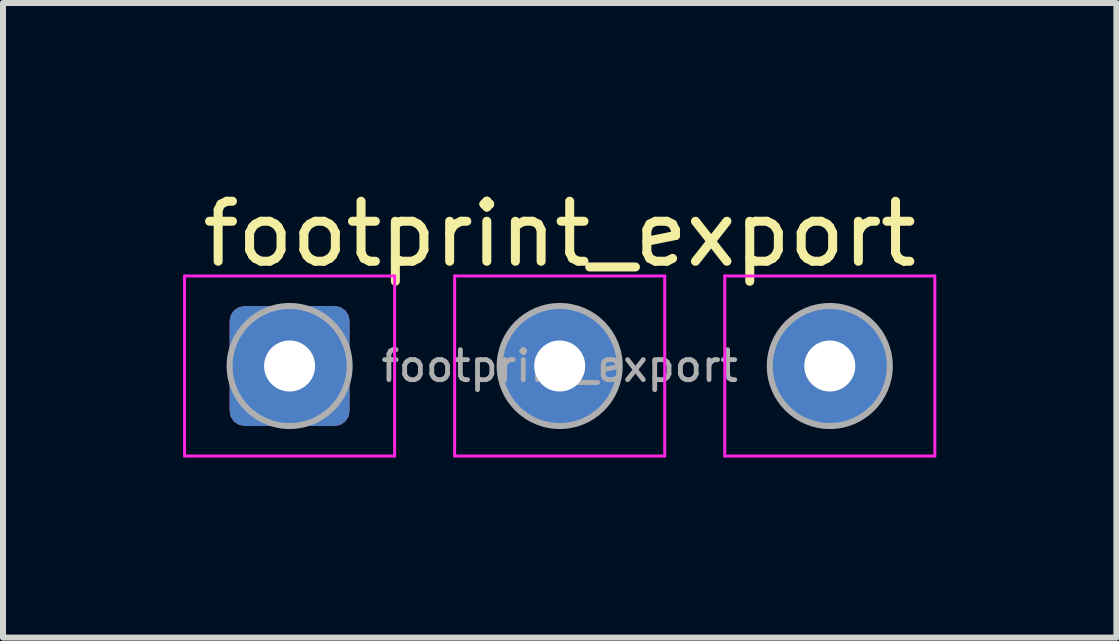
<source format=kicad_pcb>
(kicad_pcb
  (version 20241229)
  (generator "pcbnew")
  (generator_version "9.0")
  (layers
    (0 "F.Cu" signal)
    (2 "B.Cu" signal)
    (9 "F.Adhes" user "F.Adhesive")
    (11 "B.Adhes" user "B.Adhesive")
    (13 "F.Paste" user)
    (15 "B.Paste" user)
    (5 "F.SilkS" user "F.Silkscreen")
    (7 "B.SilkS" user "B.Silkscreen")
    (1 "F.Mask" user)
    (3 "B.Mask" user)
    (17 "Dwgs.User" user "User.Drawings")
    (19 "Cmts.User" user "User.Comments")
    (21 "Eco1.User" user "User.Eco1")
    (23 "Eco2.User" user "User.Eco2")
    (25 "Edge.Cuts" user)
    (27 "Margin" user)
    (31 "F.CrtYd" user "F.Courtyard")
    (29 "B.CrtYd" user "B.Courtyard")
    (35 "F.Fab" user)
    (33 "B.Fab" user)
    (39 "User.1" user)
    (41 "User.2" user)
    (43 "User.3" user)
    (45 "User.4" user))
  (footprint "footprint_export"
    (layer "F.Cu")
    (at 1.775 3.048)
    (property "Reference" "footprint_export" (at 4.5 -2.2 0) (layer "F.SilkS") (effects (font (size 1 1) (thickness 0.15))))
    (attr exclude_from_pos_files exclude_from_bom)
    (fp_line (start -1.75 -1.5) (end -1.75 1.5) (stroke (width 0.05) (type solid)) (layer "F.CrtYd"))
    (fp_line (start -1.75 1.5) (end 1.75 1.5) (stroke (width 0.05) (type solid)) (layer "F.CrtYd"))
    (fp_line (start 1.75 -1.5) (end -1.75 -1.5) (stroke (width 0.05) (type solid)) (layer "F.CrtYd"))
    (fp_line (start 1.75 1.5) (end 1.75 -1.5) (stroke (width 0.05) (type solid)) (layer "F.CrtYd"))
    (fp_line (start 2.75 -1.5) (end 2.75 1.5) (stroke (width 0.05) (type solid)) (layer "F.CrtYd"))
    (fp_line (start 2.75 1.5) (end 6.25 1.5) (stroke (width 0.05) (type solid)) (layer "F.CrtYd"))
    (fp_line (start 6.25 -1.5) (end 2.75 -1.5) (stroke (width 0.05) (type solid)) (layer "F.CrtYd"))
    (fp_line (start 6.25 1.5) (end 6.25 -1.5) (stroke (width 0.05) (type solid)) (layer "F.CrtYd"))
    (fp_line (start 7.25 -1.5) (end 7.25 1.5) (stroke (width 0.05) (type solid)) (layer "F.CrtYd"))
    (fp_line (start 7.25 1.5) (end 10.75 1.5) (stroke (width 0.05) (type solid)) (layer "F.CrtYd"))
    (fp_line (start 10.75 -1.5) (end 7.25 -1.5) (stroke (width 0.05) (type solid)) (layer "F.CrtYd"))
    (fp_line (start 10.75 1.5) (end 10.75 -1.5) (stroke (width 0.05) (type solid)) (layer "F.CrtYd"))
    (fp_circle (center 0 0) (end 1 0) (stroke (width 0.1) (type solid)) (fill no) (layer "F.Fab"))
    (fp_circle (center 4.5 0) (end 5.5 0) (stroke (width 0.1) (type solid)) (fill no) (layer "F.Fab"))
    (fp_circle (center 9 0) (end 10 0) (stroke (width 0.1) (type solid)) (fill no) (layer "F.Fab"))
    (fp_text user "${REFERENCE}" (at 4.5 0 0) (layer "F.Fab") (effects (font (size 0.5 0.5) (thickness 0.08))))
    (pad "1" thru_hole roundrect (at 0 0) (size 2 2) (drill 0.85) (layers "*.Cu" "*.Mask") (roundrect_rratio 0.125))
    (pad "2" thru_hole circle (at 4.5 0) (size 2 2) (drill 0.85) (layers "*.Cu" "*.Mask"))
    (pad "3" thru_hole circle (at 9 0) (size 2 2) (drill 0.85) (layers "*.Cu" "*.Mask")))
  (gr_rect
    (start -3 -3)
    (end 15.55 7.573)
    (stroke (width 0.1) (type default))
    (fill no)
    (layer "Edge.Cuts")))
</source>
